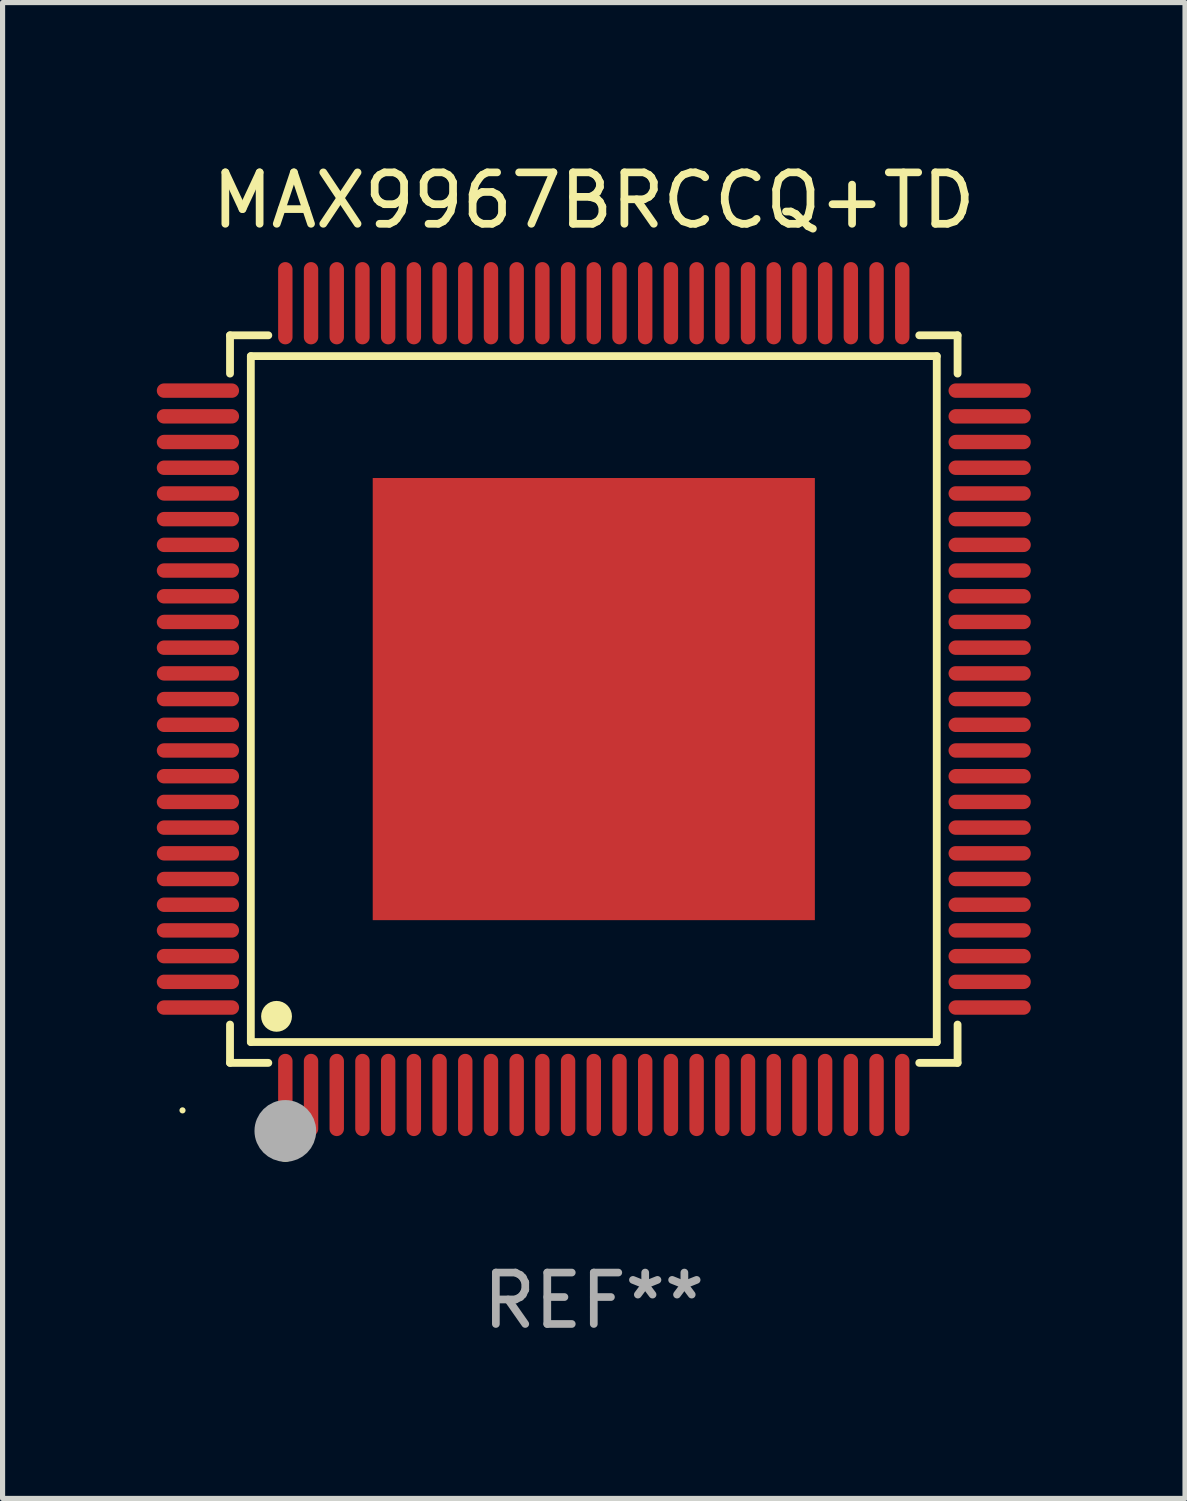
<source format=kicad_pcb>
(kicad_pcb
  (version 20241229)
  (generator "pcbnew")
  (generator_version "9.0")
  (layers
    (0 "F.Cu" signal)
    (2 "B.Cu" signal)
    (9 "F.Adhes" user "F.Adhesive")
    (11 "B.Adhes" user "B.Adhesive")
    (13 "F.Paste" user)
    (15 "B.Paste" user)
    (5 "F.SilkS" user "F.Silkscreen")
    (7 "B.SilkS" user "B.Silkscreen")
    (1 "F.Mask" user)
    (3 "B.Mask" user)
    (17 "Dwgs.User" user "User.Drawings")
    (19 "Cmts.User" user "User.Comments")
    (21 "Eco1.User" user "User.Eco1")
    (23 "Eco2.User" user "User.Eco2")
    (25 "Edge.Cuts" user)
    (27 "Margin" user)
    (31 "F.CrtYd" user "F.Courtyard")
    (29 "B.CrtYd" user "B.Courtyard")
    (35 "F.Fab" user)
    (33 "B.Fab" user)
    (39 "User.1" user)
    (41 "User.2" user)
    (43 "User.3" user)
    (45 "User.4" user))
  (footprint "MAX9967BRCCQ+TD"
    (layer "F.Cu")
    (at 8.5 10.548)
    (property "Reference" "MAX9967BRCCQ+TD" (at 0 -9.7 0) (layer "F.SilkS") (effects (font (size 1 1) (thickness 0.15))))
    (attr through_hole)
    (fp_line (start -7.076 -7.076) (end -6.331 -7.076) (stroke (width 0.152) (type solid)) (layer "F.SilkS"))
    (fp_line (start -7.076 -6.331) (end -7.076 -7.076) (stroke (width 0.152) (type solid)) (layer "F.SilkS"))
    (fp_line (start -7.076 6.331) (end -7.076 7.076) (stroke (width 0.152) (type solid)) (layer "F.SilkS"))
    (fp_line (start -7.076 7.076) (end -6.331 7.076) (stroke (width 0.152) (type solid)) (layer "F.SilkS"))
    (fp_line (start -6.671 -6.671) (end 6.671 -6.671) (stroke (width 0.152) (type solid)) (layer "F.SilkS"))
    (fp_line (start -6.671 6.671) (end -6.671 -6.671) (stroke (width 0.152) (type solid)) (layer "F.SilkS"))
    (fp_line (start 6.671 -6.671) (end 6.671 6.671) (stroke (width 0.152) (type solid)) (layer "F.SilkS"))
    (fp_line (start 6.671 6.671) (end -6.671 6.671) (stroke (width 0.152) (type solid)) (layer "F.SilkS"))
    (fp_line (start 7.076 -7.076) (end 6.331 -7.076) (stroke (width 0.152) (type solid)) (layer "F.SilkS"))
    (fp_line (start 7.076 -6.331) (end 7.076 -7.076) (stroke (width 0.152) (type solid)) (layer "F.SilkS"))
    (fp_line (start 7.076 6.331) (end 7.076 7.076) (stroke (width 0.152) (type solid)) (layer "F.SilkS"))
    (fp_line (start 7.076 7.076) (end 6.331 7.076) (stroke (width 0.152) (type solid)) (layer "F.SilkS"))
    (fp_circle (center -8 8) (end -7.97 8) (stroke (width 0.06) (type solid)) (fill no) (layer "F.SilkS"))
    (fp_circle (center -6.171 6.171) (end -6.021 6.171) (stroke (width 0.3) (type solid)) (fill no) (layer "F.SilkS"))
    (fp_circle (center -6 8.8) (end -5.9 8.8) (stroke (width 0.2) (type solid)) (fill no) (layer "F.SilkS"))
    (fp_circle (center -6 8.4) (end -5.7 8.4) (stroke (width 0.6) (type solid)) (fill no) (layer "F.Fab"))
    (fp_text user "REF**" (at 0 11.7 0) (layer "F.Fab") (effects (font (size 1 1) (thickness 0.15))))
    (pad "1" smd oval (at -6 7.7) (size 0.28 1.6) (layers "F.Cu" "F.Mask" "F.Paste"))
    (pad "2" smd oval (at -5.5 7.7) (size 0.28 1.6) (layers "F.Cu" "F.Mask" "F.Paste"))
    (pad "3" smd oval (at -5 7.7) (size 0.28 1.6) (layers "F.Cu" "F.Mask" "F.Paste"))
    (pad "4" smd oval (at -4.5 7.7) (size 0.28 1.6) (layers "F.Cu" "F.Mask" "F.Paste"))
    (pad "5" smd oval (at -4 7.7) (size 0.28 1.6) (layers "F.Cu" "F.Mask" "F.Paste"))
    (pad "6" smd oval (at -3.5 7.7) (size 0.28 1.6) (layers "F.Cu" "F.Mask" "F.Paste"))
    (pad "7" smd oval (at -3 7.7) (size 0.28 1.6) (layers "F.Cu" "F.Mask" "F.Paste"))
    (pad "8" smd oval (at -2.5 7.7) (size 0.28 1.6) (layers "F.Cu" "F.Mask" "F.Paste"))
    (pad "9" smd oval (at -2 7.7) (size 0.28 1.6) (layers "F.Cu" "F.Mask" "F.Paste"))
    (pad "10" smd oval (at -1.5 7.7) (size 0.28 1.6) (layers "F.Cu" "F.Mask" "F.Paste"))
    (pad "11" smd oval (at -1 7.7) (size 0.28 1.6) (layers "F.Cu" "F.Mask" "F.Paste"))
    (pad "12" smd oval (at -0.5 7.7) (size 0.28 1.6) (layers "F.Cu" "F.Mask" "F.Paste"))
    (pad "13" smd oval (at 0 7.7) (size 0.28 1.6) (layers "F.Cu" "F.Mask" "F.Paste"))
    (pad "14" smd oval (at 0.5 7.7) (size 0.28 1.6) (layers "F.Cu" "F.Mask" "F.Paste"))
    (pad "15" smd oval (at 1 7.7) (size 0.28 1.6) (layers "F.Cu" "F.Mask" "F.Paste"))
    (pad "16" smd oval (at 1.5 7.7) (size 0.28 1.6) (layers "F.Cu" "F.Mask" "F.Paste"))
    (pad "17" smd oval (at 2 7.7) (size 0.28 1.6) (layers "F.Cu" "F.Mask" "F.Paste"))
    (pad "18" smd oval (at 2.5 7.7) (size 0.28 1.6) (layers "F.Cu" "F.Mask" "F.Paste"))
    (pad "19" smd oval (at 3 7.7) (size 0.28 1.6) (layers "F.Cu" "F.Mask" "F.Paste"))
    (pad "20" smd oval (at 3.5 7.7) (size 0.28 1.6) (layers "F.Cu" "F.Mask" "F.Paste"))
    (pad "21" smd oval (at 4 7.7) (size 0.28 1.6) (layers "F.Cu" "F.Mask" "F.Paste"))
    (pad "22" smd oval (at 4.5 7.7) (size 0.28 1.6) (layers "F.Cu" "F.Mask" "F.Paste"))
    (pad "23" smd oval (at 5 7.7) (size 0.28 1.6) (layers "F.Cu" "F.Mask" "F.Paste"))
    (pad "24" smd oval (at 5.5 7.7) (size 0.28 1.6) (layers "F.Cu" "F.Mask" "F.Paste"))
    (pad "25" smd oval (at 6 7.7) (size 0.28 1.6) (layers "F.Cu" "F.Mask" "F.Paste"))
    (pad "26" smd oval (at 7.7 6) (size 1.6 0.28) (layers "F.Cu" "F.Mask" "F.Paste"))
    (pad "27" smd oval (at 7.7 5.5) (size 1.6 0.28) (layers "F.Cu" "F.Mask" "F.Paste"))
    (pad "28" smd oval (at 7.7 5) (size 1.6 0.28) (layers "F.Cu" "F.Mask" "F.Paste"))
    (pad "29" smd oval (at 7.7 4.5) (size 1.6 0.28) (layers "F.Cu" "F.Mask" "F.Paste"))
    (pad "30" smd oval (at 7.7 4) (size 1.6 0.28) (layers "F.Cu" "F.Mask" "F.Paste"))
    (pad "31" smd oval (at 7.7 3.5) (size 1.6 0.28) (layers "F.Cu" "F.Mask" "F.Paste"))
    (pad "32" smd oval (at 7.7 3) (size 1.6 0.28) (layers "F.Cu" "F.Mask" "F.Paste"))
    (pad "33" smd oval (at 7.7 2.5) (size 1.6 0.28) (layers "F.Cu" "F.Mask" "F.Paste"))
    (pad "34" smd oval (at 7.7 2) (size 1.6 0.28) (layers "F.Cu" "F.Mask" "F.Paste"))
    (pad "35" smd oval (at 7.7 1.5) (size 1.6 0.28) (layers "F.Cu" "F.Mask" "F.Paste"))
    (pad "36" smd oval (at 7.7 1) (size 1.6 0.28) (layers "F.Cu" "F.Mask" "F.Paste"))
    (pad "37" smd oval (at 7.7 0.5) (size 1.6 0.28) (layers "F.Cu" "F.Mask" "F.Paste"))
    (pad "38" smd oval (at 7.7 0) (size 1.6 0.28) (layers "F.Cu" "F.Mask" "F.Paste"))
    (pad "39" smd oval (at 7.7 -0.5) (size 1.6 0.28) (layers "F.Cu" "F.Mask" "F.Paste"))
    (pad "40" smd oval (at 7.7 -1) (size 1.6 0.28) (layers "F.Cu" "F.Mask" "F.Paste"))
    (pad "41" smd oval (at 7.7 -1.5) (size 1.6 0.28) (layers "F.Cu" "F.Mask" "F.Paste"))
    (pad "42" smd oval (at 7.7 -2) (size 1.6 0.28) (layers "F.Cu" "F.Mask" "F.Paste"))
    (pad "43" smd oval (at 7.7 -2.5) (size 1.6 0.28) (layers "F.Cu" "F.Mask" "F.Paste"))
    (pad "44" smd oval (at 7.7 -3) (size 1.6 0.28) (layers "F.Cu" "F.Mask" "F.Paste"))
    (pad "45" smd oval (at 7.7 -3.5) (size 1.6 0.28) (layers "F.Cu" "F.Mask" "F.Paste"))
    (pad "46" smd oval (at 7.7 -4) (size 1.6 0.28) (layers "F.Cu" "F.Mask" "F.Paste"))
    (pad "47" smd oval (at 7.7 -4.5) (size 1.6 0.28) (layers "F.Cu" "F.Mask" "F.Paste"))
    (pad "48" smd oval (at 7.7 -5) (size 1.6 0.28) (layers "F.Cu" "F.Mask" "F.Paste"))
    (pad "49" smd oval (at 7.7 -5.5) (size 1.6 0.28) (layers "F.Cu" "F.Mask" "F.Paste"))
    (pad "50" smd oval (at 7.7 -6) (size 1.6 0.28) (layers "F.Cu" "F.Mask" "F.Paste"))
    (pad "51" smd oval (at 6 -7.7) (size 0.28 1.6) (layers "F.Cu" "F.Mask" "F.Paste"))
    (pad "52" smd oval (at 5.5 -7.7) (size 0.28 1.6) (layers "F.Cu" "F.Mask" "F.Paste"))
    (pad "53" smd oval (at 5 -7.7) (size 0.28 1.6) (layers "F.Cu" "F.Mask" "F.Paste"))
    (pad "54" smd oval (at 4.5 -7.7) (size 0.28 1.6) (layers "F.Cu" "F.Mask" "F.Paste"))
    (pad "55" smd oval (at 4 -7.7) (size 0.28 1.6) (layers "F.Cu" "F.Mask" "F.Paste"))
    (pad "56" smd oval (at 3.5 -7.7) (size 0.28 1.6) (layers "F.Cu" "F.Mask" "F.Paste"))
    (pad "57" smd oval (at 3 -7.7) (size 0.28 1.6) (layers "F.Cu" "F.Mask" "F.Paste"))
    (pad "58" smd oval (at 2.5 -7.7) (size 0.28 1.6) (layers "F.Cu" "F.Mask" "F.Paste"))
    (pad "59" smd oval (at 2 -7.7) (size 0.28 1.6) (layers "F.Cu" "F.Mask" "F.Paste"))
    (pad "60" smd oval (at 1.5 -7.7) (size 0.28 1.6) (layers "F.Cu" "F.Mask" "F.Paste"))
    (pad "61" smd oval (at 1 -7.7) (size 0.28 1.6) (layers "F.Cu" "F.Mask" "F.Paste"))
    (pad "62" smd oval (at 0.5 -7.7) (size 0.28 1.6) (layers "F.Cu" "F.Mask" "F.Paste"))
    (pad "63" smd oval (at 0 -7.7) (size 0.28 1.6) (layers "F.Cu" "F.Mask" "F.Paste"))
    (pad "64" smd oval (at -0.5 -7.7) (size 0.28 1.6) (layers "F.Cu" "F.Mask" "F.Paste"))
    (pad "65" smd oval (at -1 -7.7) (size 0.28 1.6) (layers "F.Cu" "F.Mask" "F.Paste"))
    (pad "66" smd oval (at -1.5 -7.7) (size 0.28 1.6) (layers "F.Cu" "F.Mask" "F.Paste"))
    (pad "67" smd oval (at -2 -7.7) (size 0.28 1.6) (layers "F.Cu" "F.Mask" "F.Paste"))
    (pad "68" smd oval (at -2.5 -7.7) (size 0.28 1.6) (layers "F.Cu" "F.Mask" "F.Paste"))
    (pad "69" smd oval (at -3 -7.7) (size 0.28 1.6) (layers "F.Cu" "F.Mask" "F.Paste"))
    (pad "70" smd oval (at -3.5 -7.7) (size 0.28 1.6) (layers "F.Cu" "F.Mask" "F.Paste"))
    (pad "71" smd oval (at -4 -7.7) (size 0.28 1.6) (layers "F.Cu" "F.Mask" "F.Paste"))
    (pad "72" smd oval (at -4.5 -7.7) (size 0.28 1.6) (layers "F.Cu" "F.Mask" "F.Paste"))
    (pad "73" smd oval (at -5 -7.7) (size 0.28 1.6) (layers "F.Cu" "F.Mask" "F.Paste"))
    (pad "74" smd oval (at -5.5 -7.7) (size 0.28 1.6) (layers "F.Cu" "F.Mask" "F.Paste"))
    (pad "75" smd oval (at -6 -7.7) (size 0.28 1.6) (layers "F.Cu" "F.Mask" "F.Paste"))
    (pad "76" smd oval (at -7.7 -6) (size 1.6 0.28) (layers "F.Cu" "F.Mask" "F.Paste"))
    (pad "77" smd oval (at -7.7 -5.5) (size 1.6 0.28) (layers "F.Cu" "F.Mask" "F.Paste"))
    (pad "78" smd oval (at -7.7 -5) (size 1.6 0.28) (layers "F.Cu" "F.Mask" "F.Paste"))
    (pad "79" smd oval (at -7.7 -4.5) (size 1.6 0.28) (layers "F.Cu" "F.Mask" "F.Paste"))
    (pad "80" smd oval (at -7.7 -4) (size 1.6 0.28) (layers "F.Cu" "F.Mask" "F.Paste"))
    (pad "81" smd oval (at -7.7 -3.5) (size 1.6 0.28) (layers "F.Cu" "F.Mask" "F.Paste"))
    (pad "82" smd oval (at -7.7 -3) (size 1.6 0.28) (layers "F.Cu" "F.Mask" "F.Paste"))
    (pad "83" smd oval (at -7.7 -2.5) (size 1.6 0.28) (layers "F.Cu" "F.Mask" "F.Paste"))
    (pad "84" smd oval (at -7.7 -2) (size 1.6 0.28) (layers "F.Cu" "F.Mask" "F.Paste"))
    (pad "85" smd oval (at -7.7 -1.5) (size 1.6 0.28) (layers "F.Cu" "F.Mask" "F.Paste"))
    (pad "86" smd oval (at -7.7 -1) (size 1.6 0.28) (layers "F.Cu" "F.Mask" "F.Paste"))
    (pad "87" smd oval (at -7.7 -0.5) (size 1.6 0.28) (layers "F.Cu" "F.Mask" "F.Paste"))
    (pad "88" smd oval (at -7.7 0) (size 1.6 0.28) (layers "F.Cu" "F.Mask" "F.Paste"))
    (pad "89" smd oval (at -7.7 0.5) (size 1.6 0.28) (layers "F.Cu" "F.Mask" "F.Paste"))
    (pad "90" smd oval (at -7.7 1) (size 1.6 0.28) (layers "F.Cu" "F.Mask" "F.Paste"))
    (pad "91" smd oval (at -7.7 1.5) (size 1.6 0.28) (layers "F.Cu" "F.Mask" "F.Paste"))
    (pad "92" smd oval (at -7.7 2) (size 1.6 0.28) (layers "F.Cu" "F.Mask" "F.Paste"))
    (pad "93" smd oval (at -7.7 2.5) (size 1.6 0.28) (layers "F.Cu" "F.Mask" "F.Paste"))
    (pad "94" smd oval (at -7.7 3) (size 1.6 0.28) (layers "F.Cu" "F.Mask" "F.Paste"))
    (pad "95" smd oval (at -7.7 3.5) (size 1.6 0.28) (layers "F.Cu" "F.Mask" "F.Paste"))
    (pad "96" smd oval (at -7.7 4) (size 1.6 0.28) (layers "F.Cu" "F.Mask" "F.Paste"))
    (pad "97" smd oval (at -7.7 4.5) (size 1.6 0.28) (layers "F.Cu" "F.Mask" "F.Paste"))
    (pad "98" smd oval (at -7.7 5) (size 1.6 0.28) (layers "F.Cu" "F.Mask" "F.Paste"))
    (pad "99" smd oval (at -7.7 5.5) (size 1.6 0.28) (layers "F.Cu" "F.Mask" "F.Paste"))
    (pad "100" smd oval (at -7.7 6) (size 1.6 0.28) (layers "F.Cu" "F.Mask" "F.Paste"))
    (pad "101" smd rect (at 0 0) (size 8.6 8.6) (layers "F.Cu" "F.Mask" "F.Paste")))
  (gr_rect
    (start -3 -3)
    (end 20 26.097)
    (stroke (width 0.1) (type default))
    (fill no)
    (layer "Edge.Cuts")))
</source>
